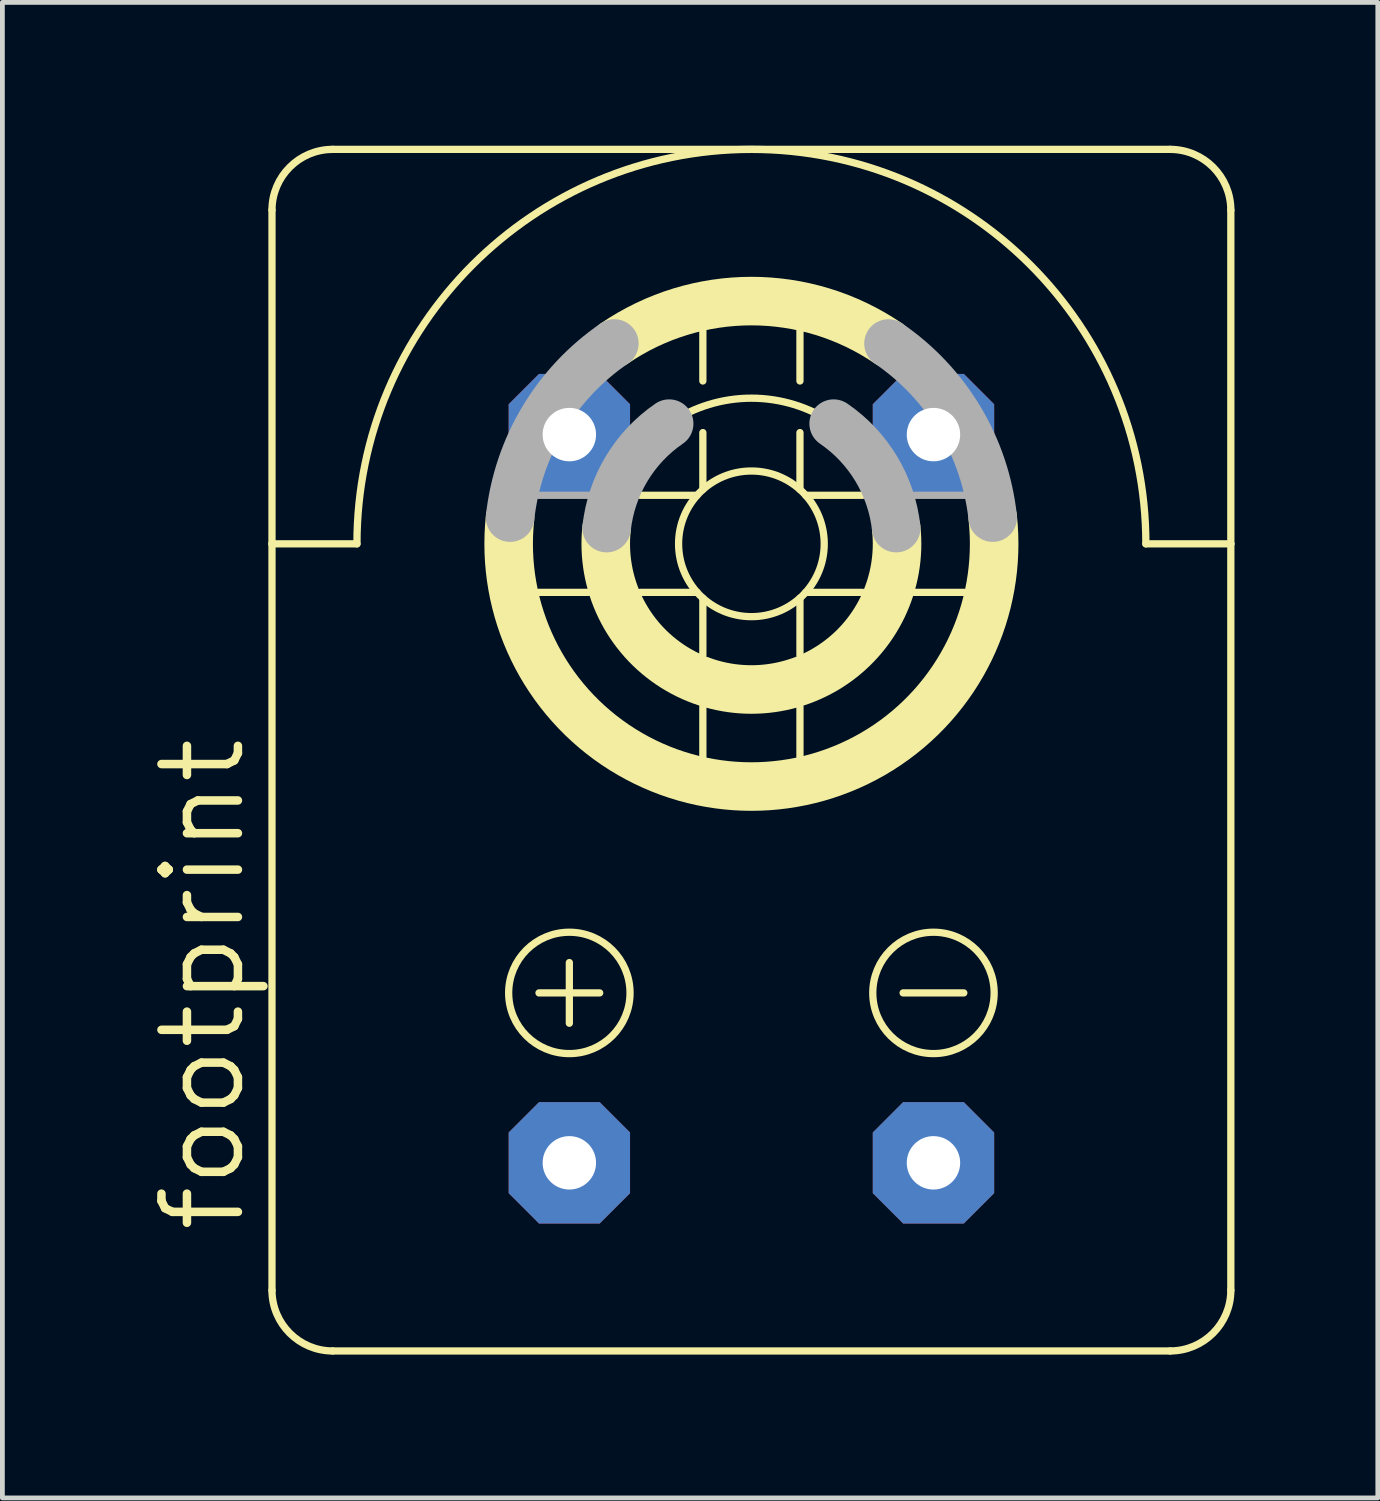
<source format=kicad_pcb>
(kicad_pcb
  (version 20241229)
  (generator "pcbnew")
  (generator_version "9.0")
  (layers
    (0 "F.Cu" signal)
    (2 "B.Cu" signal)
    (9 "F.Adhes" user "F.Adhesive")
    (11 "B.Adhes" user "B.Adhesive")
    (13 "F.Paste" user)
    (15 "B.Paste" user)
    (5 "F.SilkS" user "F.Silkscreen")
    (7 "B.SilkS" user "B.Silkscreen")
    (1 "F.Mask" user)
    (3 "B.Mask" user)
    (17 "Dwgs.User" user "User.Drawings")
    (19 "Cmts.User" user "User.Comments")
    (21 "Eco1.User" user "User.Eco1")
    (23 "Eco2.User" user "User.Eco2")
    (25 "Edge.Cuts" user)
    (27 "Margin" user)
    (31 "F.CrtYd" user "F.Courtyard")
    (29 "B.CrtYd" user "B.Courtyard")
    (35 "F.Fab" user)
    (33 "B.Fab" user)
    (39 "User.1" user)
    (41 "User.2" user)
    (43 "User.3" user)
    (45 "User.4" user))
  (footprint "footprint"
    (layer "F.Cu")
    (at 12.675 12.649)
    (property "Reference" "footprint" (at -10.541 10.16 90) (layer "F.SilkS") (effects (font (size 1.6 1.6) (thickness 0.178)) (justify left bottom)))
    (fp_line (start -10.033 -11.303) (end -10.033 -4.318) (stroke (width 0.152) (type solid)) (layer "F.SilkS"))
    (fp_line (start -10.033 -4.318) (end -10.033 11.303) (stroke (width 0.152) (type solid)) (layer "F.SilkS"))
    (fp_line (start -10.033 -4.318) (end -8.255 -4.318) (stroke (width 0.152) (type solid)) (layer "F.SilkS"))
    (fp_line (start -8.763 -12.573) (end 8.763 -12.573) (stroke (width 0.152) (type solid)) (layer "F.SilkS"))
    (fp_line (start -8.763 12.573) (end 8.763 12.573) (stroke (width 0.152) (type solid)) (layer "F.SilkS"))
    (fp_line (start -4.46 -3.302) (end -3.408 -3.302) (stroke (width 0.152) (type solid)) (layer "F.SilkS"))
    (fp_line (start -4.445 5.08) (end -3.175 5.08) (stroke (width 0.152) (type solid)) (layer "F.SilkS"))
    (fp_line (start -3.81 5.715) (end -3.81 4.445) (stroke (width 0.152) (type solid)) (layer "F.SilkS"))
    (fp_line (start -2.328 -5.334) (end -1.136 -5.334) (stroke (width 0.152) (type solid)) (layer "F.SilkS"))
    (fp_line (start -2.328 -3.302) (end -1.136 -3.302) (stroke (width 0.152) (type solid)) (layer "F.SilkS"))
    (fp_line (start -1.016 -8.778) (end -1.016 -7.726) (stroke (width 0.152) (type solid)) (layer "F.SilkS"))
    (fp_line (start -1.016 -6.646) (end -1.016 -5.454) (stroke (width 0.152) (type solid)) (layer "F.SilkS"))
    (fp_line (start -1.016 -3.182) (end -1.016 -1.99) (stroke (width 0.152) (type solid)) (layer "F.SilkS"))
    (fp_line (start -1.016 -0.91) (end -1.016 0.142) (stroke (width 0.152) (type solid)) (layer "F.SilkS"))
    (fp_line (start 1.016 -8.778) (end 1.016 -7.726) (stroke (width 0.152) (type solid)) (layer "F.SilkS"))
    (fp_line (start 1.016 -6.646) (end 1.016 -5.454) (stroke (width 0.152) (type solid)) (layer "F.SilkS"))
    (fp_line (start 1.016 -3.182) (end 1.016 -1.99) (stroke (width 0.152) (type solid)) (layer "F.SilkS"))
    (fp_line (start 1.016 -0.91) (end 1.016 0.142) (stroke (width 0.152) (type solid)) (layer "F.SilkS"))
    (fp_line (start 1.136 -5.334) (end 2.328 -5.334) (stroke (width 0.152) (type solid)) (layer "F.SilkS"))
    (fp_line (start 1.136 -3.302) (end 2.328 -3.302) (stroke (width 0.152) (type solid)) (layer "F.SilkS"))
    (fp_line (start 3.175 5.08) (end 4.445 5.08) (stroke (width 0.152) (type solid)) (layer "F.SilkS"))
    (fp_line (start 3.408 -3.302) (end 4.46 -3.302) (stroke (width 0.152) (type solid)) (layer "F.SilkS"))
    (fp_line (start 8.255 -4.318) (end 10.033 -4.318) (stroke (width 0.152) (type solid)) (layer "F.SilkS"))
    (fp_line (start 10.033 -11.303) (end 10.033 -4.318) (stroke (width 0.152) (type solid)) (layer "F.SilkS"))
    (fp_line (start 10.033 -4.318) (end 10.033 11.303) (stroke (width 0.152) (type solid)) (layer "F.SilkS"))
    (fp_arc (start -10.033 -11.303) (mid -9.661026 -12.201026) (end -8.763 -12.573) (stroke (width 0.1524) (type solid)) (layer "F.SilkS"))
    (fp_arc (start -8.763 12.573) (mid -9.661026 12.201026) (end -10.033 11.303) (stroke (width 0.1524) (type solid)) (layer "F.SilkS"))
    (fp_arc (start -8.255 -4.318) (mid 0.000001 -12.572999) (end 8.255 -4.317998) (stroke (width 0.1524) (type solid)) (layer "F.SilkS"))
    (fp_arc (start -2.8686 -8.5106) (mid 0 -9.398036) (end 2.8686 -8.5106) (stroke (width 1.016) (type solid)) (layer "F.SilkS"))
    (fp_arc (start -1.7212 -6.8335) (mid 0.000001 -7.365994) (end 1.721201 -6.833499) (stroke (width 0.1524) (type solid)) (layer "F.SilkS"))
    (fp_arc (start 3.0302 -4.6474) (mid 0 -1.269949) (end -3.0302 -4.6474) (stroke (width 1.016) (type solid)) (layer "F.SilkS"))
    (fp_arc (start 5.0503 -4.8669) (mid 0 0.762041) (end -5.0503 -4.8669) (stroke (width 1.016) (type solid)) (layer "F.SilkS"))
    (fp_arc (start 8.763 -12.573) (mid 9.661026 -12.201026) (end 10.033 -11.303) (stroke (width 0.1524) (type solid)) (layer "F.SilkS"))
    (fp_arc (start 10.033 11.303) (mid 9.661026 12.201026) (end 8.763 12.573) (stroke (width 0.1524) (type solid)) (layer "F.SilkS"))
    (fp_circle (center -3.81 5.08) (end -2.54 5.08) (stroke (width 0.152) (type solid)) (fill no) (layer "F.SilkS"))
    (fp_circle (center 0 -4.318) (end 1.524 -4.318) (stroke (width 0.152) (type solid)) (fill no) (layer "F.SilkS"))
    (fp_circle (center 3.81 5.08) (end 5.08 5.08) (stroke (width 0.152) (type solid)) (fill no) (layer "F.SilkS"))
    (fp_line (start -4.46 -5.334) (end -3.408 -5.334) (stroke (width 0.152) (type solid)) (layer "F.Fab"))
    (fp_line (start 3.408 -5.334) (end 4.46 -5.334) (stroke (width 0.152) (type solid)) (layer "F.Fab"))
    (fp_arc (start -5.0503 -4.8669) (mid -4.358483 -6.927675) (end -2.868599 -8.5106) (stroke (width 1.016) (type solid)) (layer "F.Fab"))
    (fp_arc (start -3.0301 -4.6474) (mid -2.615047 -5.883786) (end -1.7212 -6.8335) (stroke (width 1.016) (type solid)) (layer "F.Fab"))
    (fp_arc (start 1.7212 -6.8335) (mid 2.615138 -5.883802) (end 3.0303 -4.6474) (stroke (width 1.016) (type solid)) (layer "F.Fab"))
    (fp_arc (start 2.8686 -8.5106) (mid 4.358529 -6.927684) (end 5.0504 -4.8669) (stroke (width 1.016) (type solid)) (layer "F.Fab"))
    (pad "+" thru_hole roundrect (at -3.81 8.636) (size 2.54 2.54) (drill 1.118) (layers "*.Cu" "*.Mask") (roundrect_rratio 0.25) (chamfer_ratio 0.25) (chamfer top_left top_right bottom_left bottom_right))
    (pad "-" thru_hole roundrect (at 3.81 8.636) (size 2.54 2.54) (drill 1.118) (layers "*.Cu" "*.Mask") (roundrect_rratio 0.25) (chamfer_ratio 0.25) (chamfer top_left top_right bottom_left bottom_right))
    (pad "2" thru_hole roundrect (at 3.81 -6.604) (size 2.54 2.54) (drill 1.118) (layers "*.Cu" "*.Mask") (roundrect_rratio 0.25) (chamfer_ratio 0.25) (chamfer top_left top_right bottom_left bottom_right))
    (pad "C" thru_hole roundrect (at -3.81 -6.604) (size 2.54 2.54) (drill 1.118) (layers "*.Cu" "*.Mask") (roundrect_rratio 0.25) (chamfer_ratio 0.25) (chamfer top_left top_right bottom_left bottom_right)))
  (gr_rect
    (start -3 -3)
    (end 25.784 28.298)
    (stroke (width 0.1) (type default))
    (fill no)
    (layer "Edge.Cuts")))
</source>
